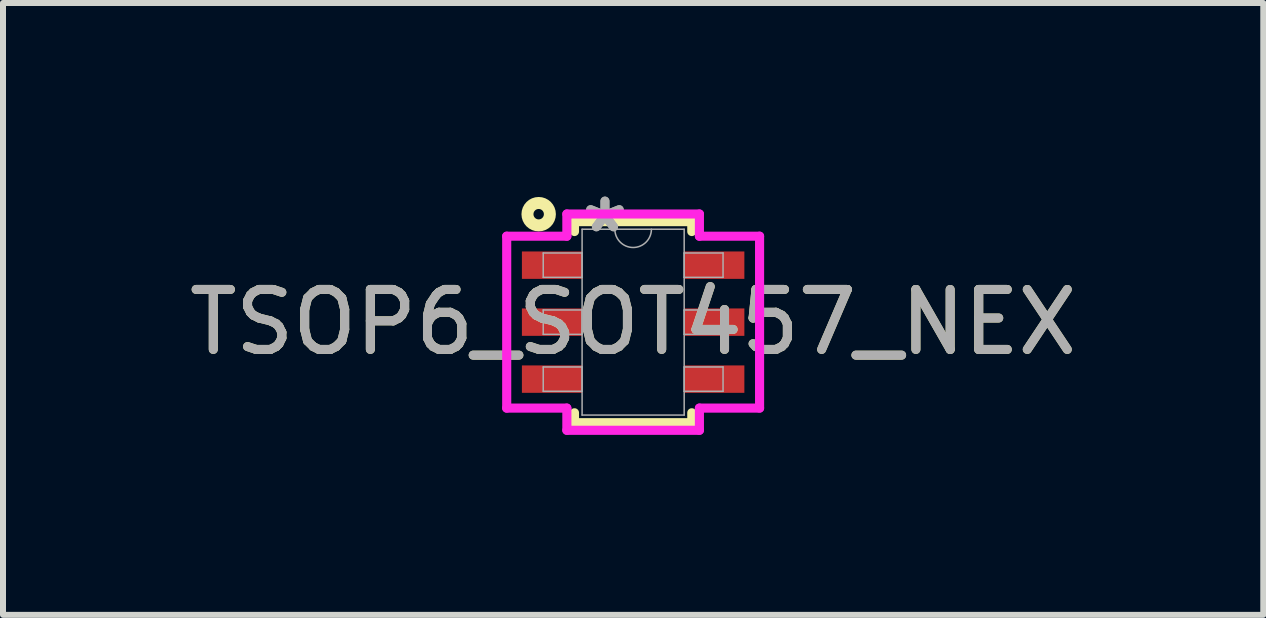
<source format=kicad_pcb>
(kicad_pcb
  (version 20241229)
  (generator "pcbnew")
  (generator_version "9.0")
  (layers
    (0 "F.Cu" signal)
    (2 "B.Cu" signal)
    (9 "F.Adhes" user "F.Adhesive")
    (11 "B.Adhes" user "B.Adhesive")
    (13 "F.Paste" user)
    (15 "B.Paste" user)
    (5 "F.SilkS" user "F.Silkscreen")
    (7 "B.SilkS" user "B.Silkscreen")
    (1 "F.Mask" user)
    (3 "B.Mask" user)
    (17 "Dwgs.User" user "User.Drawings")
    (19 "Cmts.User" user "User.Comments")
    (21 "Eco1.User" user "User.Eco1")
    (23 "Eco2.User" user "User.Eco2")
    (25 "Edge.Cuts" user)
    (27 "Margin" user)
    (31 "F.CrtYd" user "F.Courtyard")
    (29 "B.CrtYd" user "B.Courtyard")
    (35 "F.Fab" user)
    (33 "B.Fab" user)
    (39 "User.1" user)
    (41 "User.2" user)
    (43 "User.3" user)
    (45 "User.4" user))
  (footprint "TSOP6_SOT457_NEX"
    (layer "F.Cu")
    (at 7.506 2.321)
    (property "Reference" "TSOP6_SOT457_NEX" (at 0 0 0) (unlocked yes) (layer "F.SilkS") (effects (font (size 1 1) (thickness 0.15))))
    (attr smd)
    (fp_line (start -0.978 -1.676) (end -0.978 -1.511) (stroke (width 0.152) (type solid)) (layer "F.SilkS"))
    (fp_line (start -0.978 1.511) (end -0.978 1.676) (stroke (width 0.152) (type solid)) (layer "F.SilkS"))
    (fp_line (start -0.978 1.676) (end 0.978 1.676) (stroke (width 0.152) (type solid)) (layer "F.SilkS"))
    (fp_line (start 0.978 -1.676) (end -0.978 -1.676) (stroke (width 0.152) (type solid)) (layer "F.SilkS"))
    (fp_line (start 0.978 -1.511) (end 0.978 -1.676) (stroke (width 0.152) (type solid)) (layer "F.SilkS"))
    (fp_line (start 0.978 1.676) (end 0.978 1.511) (stroke (width 0.152) (type solid)) (layer "F.SilkS"))
    (fp_circle (center -1.575 -1.8) (end -1.65 -1.756) (stroke (width 0.2) (type solid)) (fill no) (layer "F.SilkS"))
    (fp_line (start -2.108 -1.433) (end -1.105 -1.433) (stroke (width 0.152) (type solid)) (layer "F.CrtYd"))
    (fp_line (start -2.108 1.433) (end -2.108 -1.433) (stroke (width 0.152) (type solid)) (layer "F.CrtYd"))
    (fp_line (start -2.108 1.433) (end -1.105 1.433) (stroke (width 0.152) (type solid)) (layer "F.CrtYd"))
    (fp_line (start -1.105 -1.803) (end 1.105 -1.803) (stroke (width 0.152) (type solid)) (layer "F.CrtYd"))
    (fp_line (start -1.105 -1.433) (end -1.105 -1.803) (stroke (width 0.152) (type solid)) (layer "F.CrtYd"))
    (fp_line (start -1.105 1.803) (end -1.105 1.433) (stroke (width 0.152) (type solid)) (layer "F.CrtYd"))
    (fp_line (start 1.105 -1.803) (end 1.105 -1.433) (stroke (width 0.152) (type solid)) (layer "F.CrtYd"))
    (fp_line (start 1.105 1.433) (end 1.105 1.803) (stroke (width 0.152) (type solid)) (layer "F.CrtYd"))
    (fp_line (start 1.105 1.803) (end -1.105 1.803) (stroke (width 0.152) (type solid)) (layer "F.CrtYd"))
    (fp_line (start 2.108 -1.433) (end 1.105 -1.433) (stroke (width 0.152) (type solid)) (layer "F.CrtYd"))
    (fp_line (start 2.108 -1.433) (end 2.108 1.433) (stroke (width 0.152) (type solid)) (layer "F.CrtYd"))
    (fp_line (start 2.108 1.433) (end 1.105 1.433) (stroke (width 0.152) (type solid)) (layer "F.CrtYd"))
    (fp_line (start -1.499 -1.153) (end -1.499 -0.747) (stroke (width 0.025) (type solid)) (layer "F.Fab"))
    (fp_line (start -1.499 -0.747) (end -0.851 -0.747) (stroke (width 0.025) (type solid)) (layer "F.Fab"))
    (fp_line (start -1.499 -0.203) (end -1.499 0.203) (stroke (width 0.025) (type solid)) (layer "F.Fab"))
    (fp_line (start -1.499 0.203) (end -0.851 0.203) (stroke (width 0.025) (type solid)) (layer "F.Fab"))
    (fp_line (start -1.499 0.747) (end -1.499 1.153) (stroke (width 0.025) (type solid)) (layer "F.Fab"))
    (fp_line (start -1.499 1.153) (end -0.851 1.153) (stroke (width 0.025) (type solid)) (layer "F.Fab"))
    (fp_line (start -0.851 -1.549) (end -0.851 1.549) (stroke (width 0.025) (type solid)) (layer "F.Fab"))
    (fp_line (start -0.851 -1.153) (end -1.499 -1.153) (stroke (width 0.025) (type solid)) (layer "F.Fab"))
    (fp_line (start -0.851 -0.747) (end -0.851 -1.153) (stroke (width 0.025) (type solid)) (layer "F.Fab"))
    (fp_line (start -0.851 -0.203) (end -1.499 -0.203) (stroke (width 0.025) (type solid)) (layer "F.Fab"))
    (fp_line (start -0.851 0.203) (end -0.851 -0.203) (stroke (width 0.025) (type solid)) (layer "F.Fab"))
    (fp_line (start -0.851 0.747) (end -1.499 0.747) (stroke (width 0.025) (type solid)) (layer "F.Fab"))
    (fp_line (start -0.851 1.153) (end -0.851 0.747) (stroke (width 0.025) (type solid)) (layer "F.Fab"))
    (fp_line (start -0.851 1.549) (end 0.851 1.549) (stroke (width 0.025) (type solid)) (layer "F.Fab"))
    (fp_line (start 0.851 -1.549) (end -0.851 -1.549) (stroke (width 0.025) (type solid)) (layer "F.Fab"))
    (fp_line (start 0.851 -1.153) (end 0.851 -0.747) (stroke (width 0.025) (type solid)) (layer "F.Fab"))
    (fp_line (start 0.851 -0.747) (end 1.499 -0.747) (stroke (width 0.025) (type solid)) (layer "F.Fab"))
    (fp_line (start 0.851 -0.203) (end 0.851 0.203) (stroke (width 0.025) (type solid)) (layer "F.Fab"))
    (fp_line (start 0.851 0.203) (end 1.499 0.203) (stroke (width 0.025) (type solid)) (layer "F.Fab"))
    (fp_line (start 0.851 0.747) (end 0.851 1.153) (stroke (width 0.025) (type solid)) (layer "F.Fab"))
    (fp_line (start 0.851 1.153) (end 1.499 1.153) (stroke (width 0.025) (type solid)) (layer "F.Fab"))
    (fp_line (start 0.851 1.549) (end 0.851 -1.549) (stroke (width 0.025) (type solid)) (layer "F.Fab"))
    (fp_line (start 1.499 -1.153) (end 0.851 -1.153) (stroke (width 0.025) (type solid)) (layer "F.Fab"))
    (fp_line (start 1.499 -0.747) (end 1.499 -1.153) (stroke (width 0.025) (type solid)) (layer "F.Fab"))
    (fp_line (start 1.499 -0.203) (end 0.851 -0.203) (stroke (width 0.025) (type solid)) (layer "F.Fab"))
    (fp_line (start 1.499 0.203) (end 1.499 -0.203) (stroke (width 0.025) (type solid)) (layer "F.Fab"))
    (fp_line (start 1.499 0.747) (end 0.851 0.747) (stroke (width 0.025) (type solid)) (layer "F.Fab"))
    (fp_line (start 1.499 1.153) (end 1.499 0.747) (stroke (width 0.025) (type solid)) (layer "F.Fab"))
    (fp_arc (start 0.3048 -1.5494) (mid 0 -1.2446) (end -0.3048 -1.5494) (stroke (width 0.0254) (type solid)) (layer "F.Fab"))
    (fp_text user "*" (at -0.47 -1.473 0) (unlocked yes) (layer "F.Fab") (effects (font (size 1 1) (thickness 0.15))))
    (fp_text user "${REFERENCE}" (at 0 0 0) (unlocked yes) (layer "F.Fab") (effects (font (size 1 1) (thickness 0.15))))
    (fp_text user "*" (at -0.47 -1.473 0) (layer "F.Fab") (effects (font (size 1 1) (thickness 0.15))))
    (pad "1" smd rect (at -1.353 -0.95) (size 1.003 0.457) (layers "F.Cu" "F.Mask" "F.Paste"))
    (pad "2" smd rect (at -1.353 0) (size 1.003 0.457) (layers "F.Cu" "F.Mask" "F.Paste"))
    (pad "3" smd rect (at -1.353 0.95) (size 1.003 0.457) (layers "F.Cu" "F.Mask" "F.Paste"))
    (pad "4" smd rect (at 1.353 0.95) (size 1.003 0.457) (layers "F.Cu" "F.Mask" "F.Paste"))
    (pad "5" smd rect (at 1.353 0) (size 1.003 0.457) (layers "F.Cu" "F.Mask" "F.Paste"))
    (pad "6" smd rect (at 1.353 -0.95) (size 1.003 0.457) (layers "F.Cu" "F.Mask" "F.Paste")))
  (gr_rect
    (start -3 -3)
    (end 18.012 7.201)
    (stroke (width 0.1) (type default))
    (fill no)
    (layer "Edge.Cuts")))
</source>
